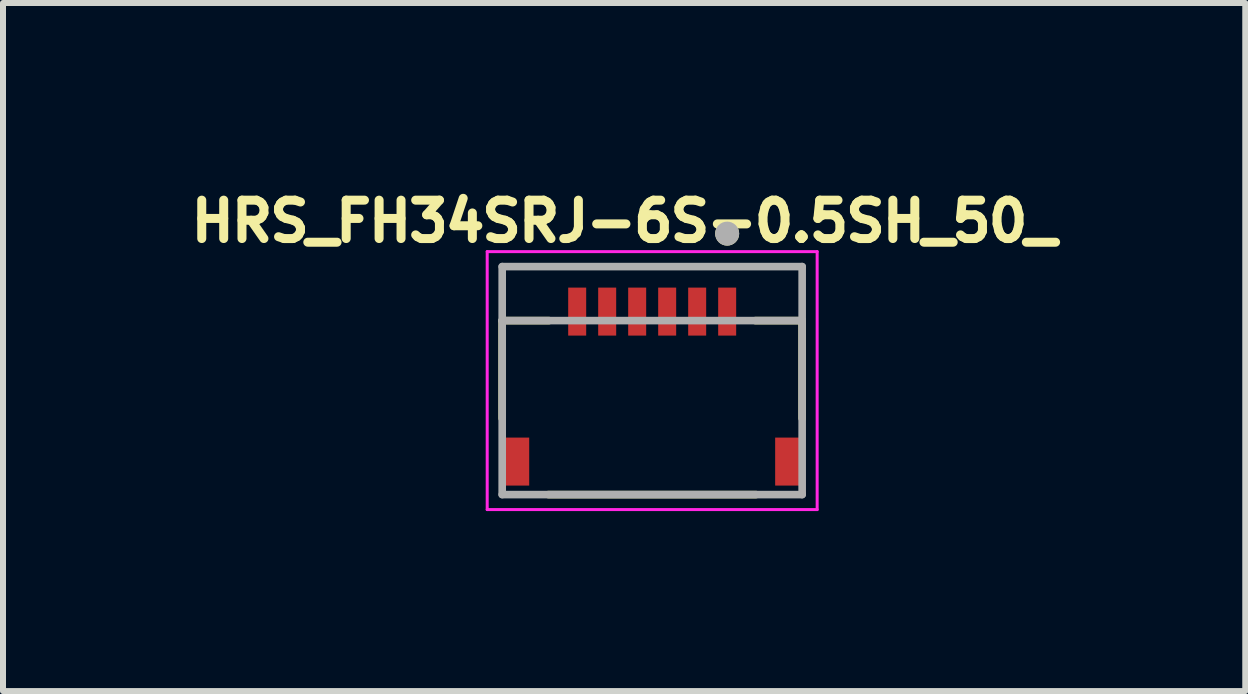
<source format=kicad_pcb>
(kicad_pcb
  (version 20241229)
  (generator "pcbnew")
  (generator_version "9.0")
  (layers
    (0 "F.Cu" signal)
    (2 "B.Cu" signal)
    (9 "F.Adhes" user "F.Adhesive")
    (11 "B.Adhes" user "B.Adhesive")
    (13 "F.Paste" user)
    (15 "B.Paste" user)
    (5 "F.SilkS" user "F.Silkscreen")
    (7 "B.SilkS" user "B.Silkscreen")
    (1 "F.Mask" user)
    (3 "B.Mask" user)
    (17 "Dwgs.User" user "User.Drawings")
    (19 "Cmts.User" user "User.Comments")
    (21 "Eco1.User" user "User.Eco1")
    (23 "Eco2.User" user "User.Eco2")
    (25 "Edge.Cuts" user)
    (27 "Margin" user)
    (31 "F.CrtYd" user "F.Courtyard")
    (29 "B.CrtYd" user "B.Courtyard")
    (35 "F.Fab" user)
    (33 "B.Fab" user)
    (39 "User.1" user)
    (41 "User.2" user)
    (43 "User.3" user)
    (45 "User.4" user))
  (footprint "HRS_FH34SRJ-6S-0.5SH_50_"
    (layer "F.Cu")
    (at 7.821 3.394)
    (property "Reference" "HRS_FH34SRJ-6S-0.5SH_50_" (at -0.468 -2.756 0) (layer "F.SilkS") (effects (font (size 0.64 0.64) (thickness 0.15))))
    (attr smd)
    (fp_line (start -2.5 -1.1) (end -2.5 0.53) (stroke (width 0.127) (type solid)) (layer "F.SilkS"))
    (fp_line (start -1.73 1.8) (end 1.73 1.8) (stroke (width 0.127) (type solid)) (layer "F.SilkS"))
    (fp_line (start -1.72 -1.1) (end -2.5 -1.1) (stroke (width 0.127) (type solid)) (layer "F.SilkS"))
    (fp_line (start 1.72 -1.1) (end 2.5 -1.1) (stroke (width 0.127) (type solid)) (layer "F.SilkS"))
    (fp_line (start 2.5 -1.1) (end 2.5 0.53) (stroke (width 0.127) (type solid)) (layer "F.SilkS"))
    (fp_circle (center 1.25 -2.55) (end 1.35 -2.55) (stroke (width 0.2) (type solid)) (fill no) (layer "F.SilkS"))
    (fp_poly (pts (xy -1.375 -1.65) (xy -1.125 -1.65) (xy -1.125 -1) (xy -1.375 -1)) (stroke (width 0.01) (type solid)) (fill yes) (layer "F.Paste"))
    (fp_poly (pts (xy -0.875 -1.65) (xy -0.625 -1.65) (xy -0.625 -1) (xy -0.875 -1)) (stroke (width 0.01) (type solid)) (fill yes) (layer "F.Paste"))
    (fp_poly (pts (xy -0.375 -1.65) (xy -0.125 -1.65) (xy -0.125 -1) (xy -0.375 -1)) (stroke (width 0.01) (type solid)) (fill yes) (layer "F.Paste"))
    (fp_poly (pts (xy 0.125 -1.65) (xy 0.375 -1.65) (xy 0.375 -1) (xy 0.125 -1)) (stroke (width 0.01) (type solid)) (fill yes) (layer "F.Paste"))
    (fp_poly (pts (xy 0.625 -1.65) (xy 0.875 -1.65) (xy 0.875 -1) (xy 0.625 -1)) (stroke (width 0.01) (type solid)) (fill yes) (layer "F.Paste"))
    (fp_poly (pts (xy 1.125 -1.65) (xy 1.375 -1.65) (xy 1.375 -1) (xy 1.125 -1)) (stroke (width 0.01) (type solid)) (fill yes) (layer "F.Paste"))
    (fp_line (start -2.75 -2.25) (end -2.75 2.05) (stroke (width 0.05) (type solid)) (layer "F.CrtYd"))
    (fp_line (start -2.75 2.05) (end 2.75 2.05) (stroke (width 0.05) (type solid)) (layer "F.CrtYd"))
    (fp_line (start 2.75 -2.25) (end -2.75 -2.25) (stroke (width 0.05) (type solid)) (layer "F.CrtYd"))
    (fp_line (start 2.75 2.05) (end 2.75 -2.25) (stroke (width 0.05) (type solid)) (layer "F.CrtYd"))
    (fp_line (start -2.5 -2) (end 2.5 -2) (stroke (width 0.127) (type solid)) (layer "F.Fab"))
    (fp_line (start -2.5 -1.1) (end -2.5 -2) (stroke (width 0.127) (type solid)) (layer "F.Fab"))
    (fp_line (start -2.5 -1.1) (end 2.5 -1.1) (stroke (width 0.127) (type solid)) (layer "F.Fab"))
    (fp_line (start -2.5 1.8) (end -2.5 -1.1) (stroke (width 0.127) (type solid)) (layer "F.Fab"))
    (fp_line (start 2.5 -2) (end 2.5 -1.1) (stroke (width 0.127) (type solid)) (layer "F.Fab"))
    (fp_line (start 2.5 -1.1) (end 2.5 1.8) (stroke (width 0.127) (type solid)) (layer "F.Fab"))
    (fp_line (start 2.5 1.8) (end -2.5 1.8) (stroke (width 0.127) (type solid)) (layer "F.Fab"))
    (fp_circle (center 1.25 -2.55) (end 1.35 -2.55) (stroke (width 0.2) (type solid)) (fill no) (layer "F.Fab"))
    (pad "1" smd rect (at 1.25 -1.25) (size 0.3 0.8) (layers "F.Cu" "F.Mask"))
    (pad "2" smd rect (at 0.75 -1.25) (size 0.3 0.8) (layers "F.Cu" "F.Mask"))
    (pad "3" smd rect (at 0.25 -1.25) (size 0.3 0.8) (layers "F.Cu" "F.Mask"))
    (pad "4" smd rect (at -0.25 -1.25) (size 0.3 0.8) (layers "F.Cu" "F.Mask"))
    (pad "5" smd rect (at -0.75 -1.25) (size 0.3 0.8) (layers "F.Cu" "F.Mask"))
    (pad "6" smd rect (at -1.25 -1.25) (size 0.3 0.8) (layers "F.Cu" "F.Mask"))
    (pad "S1" smd rect (at 2.25 1.25) (size 0.4 0.8) (layers "F.Cu" "F.Mask" "F.Paste"))
    (pad "S2" smd rect (at -2.25 1.25) (size 0.4 0.8) (layers "F.Cu" "F.Mask" "F.Paste")))
  (gr_rect
    (start -3 -3)
    (end 17.707 8.469)
    (stroke (width 0.1) (type default))
    (fill no)
    (layer "Edge.Cuts")))
</source>
